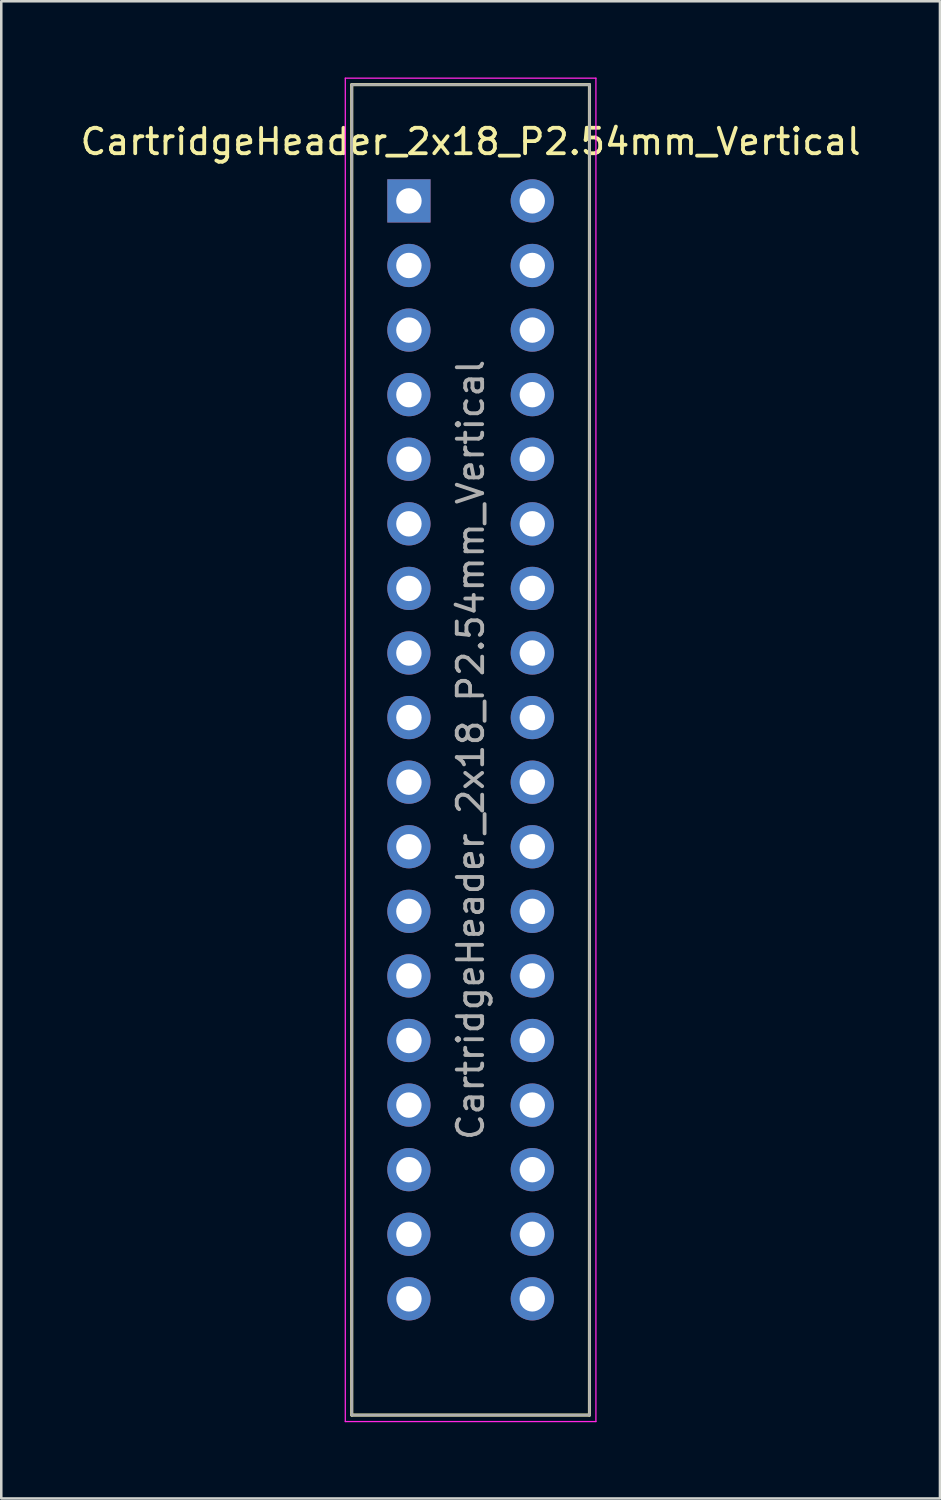
<source format=kicad_pcb>
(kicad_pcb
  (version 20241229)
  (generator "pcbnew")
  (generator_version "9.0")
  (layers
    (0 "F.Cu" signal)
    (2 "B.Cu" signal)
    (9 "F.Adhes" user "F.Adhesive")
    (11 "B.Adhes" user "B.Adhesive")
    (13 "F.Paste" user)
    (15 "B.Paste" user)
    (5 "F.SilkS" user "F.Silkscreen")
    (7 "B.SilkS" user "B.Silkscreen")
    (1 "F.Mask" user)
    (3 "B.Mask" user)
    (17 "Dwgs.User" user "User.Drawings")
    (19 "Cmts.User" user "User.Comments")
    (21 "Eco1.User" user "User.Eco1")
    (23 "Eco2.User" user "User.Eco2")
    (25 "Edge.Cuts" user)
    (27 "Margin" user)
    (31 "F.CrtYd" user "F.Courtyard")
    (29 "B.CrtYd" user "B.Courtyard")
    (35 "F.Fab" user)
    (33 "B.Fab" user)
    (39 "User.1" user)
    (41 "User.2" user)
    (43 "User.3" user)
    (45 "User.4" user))
  (footprint "CartridgeHeader_2x18_P2.54mm_Vertical"
    (layer "F.Cu")
    (at 15.458 26.441)
    (property "Reference" "CartridgeHeader_2x18_P2.54mm_Vertical" (at 0 -23.92 0) (layer "F.SilkS") (effects (font (size 1 1) (thickness 0.15))))
    (attr through_hole)
    (fp_line (start -4.674 -26.162) (end -4.674 26.162) (stroke (width 0.12) (type solid)) (layer "F.SilkS"))
    (fp_line (start -4.674 -26.162) (end 4.674 -26.162) (stroke (width 0.12) (type solid)) (layer "F.SilkS"))
    (fp_line (start -4.674 26.162) (end 4.674 26.162) (stroke (width 0.12) (type solid)) (layer "F.SilkS"))
    (fp_line (start 4.674 -26.162) (end 4.674 26.162) (stroke (width 0.12) (type solid)) (layer "F.SilkS"))
    (fp_line (start -4.928 -26.416) (end -4.928 26.416) (stroke (width 0.05) (type solid)) (layer "F.CrtYd"))
    (fp_line (start -4.928 26.416) (end 4.928 26.416) (stroke (width 0.05) (type solid)) (layer "F.CrtYd"))
    (fp_line (start 4.928 -26.416) (end -4.928 -26.416) (stroke (width 0.05) (type solid)) (layer "F.CrtYd"))
    (fp_line (start 4.928 26.416) (end 4.928 -26.416) (stroke (width 0.05) (type solid)) (layer "F.CrtYd"))
    (fp_line (start -4.674 -26.162) (end 4.674 -26.162) (stroke (width 0.1) (type solid)) (layer "F.Fab"))
    (fp_line (start -4.674 26.162) (end -4.674 -26.162) (stroke (width 0.1) (type solid)) (layer "F.Fab"))
    (fp_line (start 4.674 -26.162) (end 4.674 26.162) (stroke (width 0.1) (type solid)) (layer "F.Fab"))
    (fp_line (start 4.674 26.162) (end -4.674 26.162) (stroke (width 0.1) (type solid)) (layer "F.Fab"))
    (fp_text user "${REFERENCE}" (at 0 0 90) (layer "F.Fab") (effects (font (size 1 1) (thickness 0.15))))
    (pad "1" thru_hole rect (at -2.426 -21.59) (size 1.7 1.7) (drill 1) (layers "*.Cu" "*.Mask"))
    (pad "2" thru_hole oval (at 2.426 -21.59) (size 1.7 1.7) (drill 1) (layers "*.Cu" "*.Mask"))
    (pad "3" thru_hole oval (at -2.426 -19.05) (size 1.7 1.7) (drill 1) (layers "*.Cu" "*.Mask"))
    (pad "4" thru_hole oval (at 2.426 -19.05) (size 1.7 1.7) (drill 1) (layers "*.Cu" "*.Mask"))
    (pad "5" thru_hole oval (at -2.426 -16.51) (size 1.7 1.7) (drill 1) (layers "*.Cu" "*.Mask"))
    (pad "6" thru_hole oval (at 2.426 -16.51) (size 1.7 1.7) (drill 1) (layers "*.Cu" "*.Mask"))
    (pad "7" thru_hole oval (at -2.426 -13.97) (size 1.7 1.7) (drill 1) (layers "*.Cu" "*.Mask"))
    (pad "8" thru_hole oval (at 2.426 -13.97) (size 1.7 1.7) (drill 1) (layers "*.Cu" "*.Mask"))
    (pad "9" thru_hole oval (at -2.426 -11.43) (size 1.7 1.7) (drill 1) (layers "*.Cu" "*.Mask"))
    (pad "10" thru_hole oval (at 2.426 -11.43) (size 1.7 1.7) (drill 1) (layers "*.Cu" "*.Mask"))
    (pad "11" thru_hole oval (at -2.426 -8.89) (size 1.7 1.7) (drill 1) (layers "*.Cu" "*.Mask"))
    (pad "12" thru_hole oval (at 2.426 -8.89) (size 1.7 1.7) (drill 1) (layers "*.Cu" "*.Mask"))
    (pad "13" thru_hole oval (at -2.426 -6.35) (size 1.7 1.7) (drill 1) (layers "*.Cu" "*.Mask"))
    (pad "14" thru_hole oval (at 2.426 -6.35) (size 1.7 1.7) (drill 1) (layers "*.Cu" "*.Mask"))
    (pad "15" thru_hole oval (at -2.426 -3.81) (size 1.7 1.7) (drill 1) (layers "*.Cu" "*.Mask"))
    (pad "16" thru_hole oval (at 2.426 -3.81) (size 1.7 1.7) (drill 1) (layers "*.Cu" "*.Mask"))
    (pad "17" thru_hole oval (at -2.426 -1.27) (size 1.7 1.7) (drill 1) (layers "*.Cu" "*.Mask"))
    (pad "18" thru_hole oval (at 2.426 -1.27) (size 1.7 1.7) (drill 1) (layers "*.Cu" "*.Mask"))
    (pad "19" thru_hole oval (at -2.426 1.27) (size 1.7 1.7) (drill 1) (layers "*.Cu" "*.Mask"))
    (pad "20" thru_hole oval (at 2.426 1.27) (size 1.7 1.7) (drill 1) (layers "*.Cu" "*.Mask"))
    (pad "21" thru_hole oval (at -2.426 3.81) (size 1.7 1.7) (drill 1) (layers "*.Cu" "*.Mask"))
    (pad "22" thru_hole oval (at 2.426 3.81) (size 1.7 1.7) (drill 1) (layers "*.Cu" "*.Mask"))
    (pad "23" thru_hole oval (at -2.426 6.35) (size 1.7 1.7) (drill 1) (layers "*.Cu" "*.Mask"))
    (pad "24" thru_hole oval (at 2.426 6.35) (size 1.7 1.7) (drill 1) (layers "*.Cu" "*.Mask"))
    (pad "25" thru_hole oval (at -2.426 8.89) (size 1.7 1.7) (drill 1) (layers "*.Cu" "*.Mask"))
    (pad "26" thru_hole oval (at 2.426 8.89) (size 1.7 1.7) (drill 1) (layers "*.Cu" "*.Mask"))
    (pad "27" thru_hole oval (at -2.426 11.43) (size 1.7 1.7) (drill 1) (layers "*.Cu" "*.Mask"))
    (pad "28" thru_hole oval (at 2.426 11.43) (size 1.7 1.7) (drill 1) (layers "*.Cu" "*.Mask"))
    (pad "29" thru_hole oval (at -2.426 13.97) (size 1.7 1.7) (drill 1) (layers "*.Cu" "*.Mask"))
    (pad "30" thru_hole oval (at 2.426 13.97) (size 1.7 1.7) (drill 1) (layers "*.Cu" "*.Mask"))
    (pad "31" thru_hole oval (at -2.426 16.51) (size 1.7 1.7) (drill 1) (layers "*.Cu" "*.Mask"))
    (pad "32" thru_hole oval (at 2.426 16.51) (size 1.7 1.7) (drill 1) (layers "*.Cu" "*.Mask"))
    (pad "33" thru_hole oval (at -2.426 19.05) (size 1.7 1.7) (drill 1) (layers "*.Cu" "*.Mask"))
    (pad "34" thru_hole oval (at 2.426 19.05) (size 1.7 1.7) (drill 1) (layers "*.Cu" "*.Mask"))
    (pad "35" thru_hole oval (at -2.426 21.59) (size 1.7 1.7) (drill 1) (layers "*.Cu" "*.Mask"))
    (pad "36" thru_hole oval (at 2.426 21.59) (size 1.7 1.7) (drill 1) (layers "*.Cu" "*.Mask")))
  (gr_rect
    (start -3 -3)
    (end 33.917 55.882)
    (stroke (width 0.1) (type default))
    (fill no)
    (layer "Edge.Cuts")))
</source>
